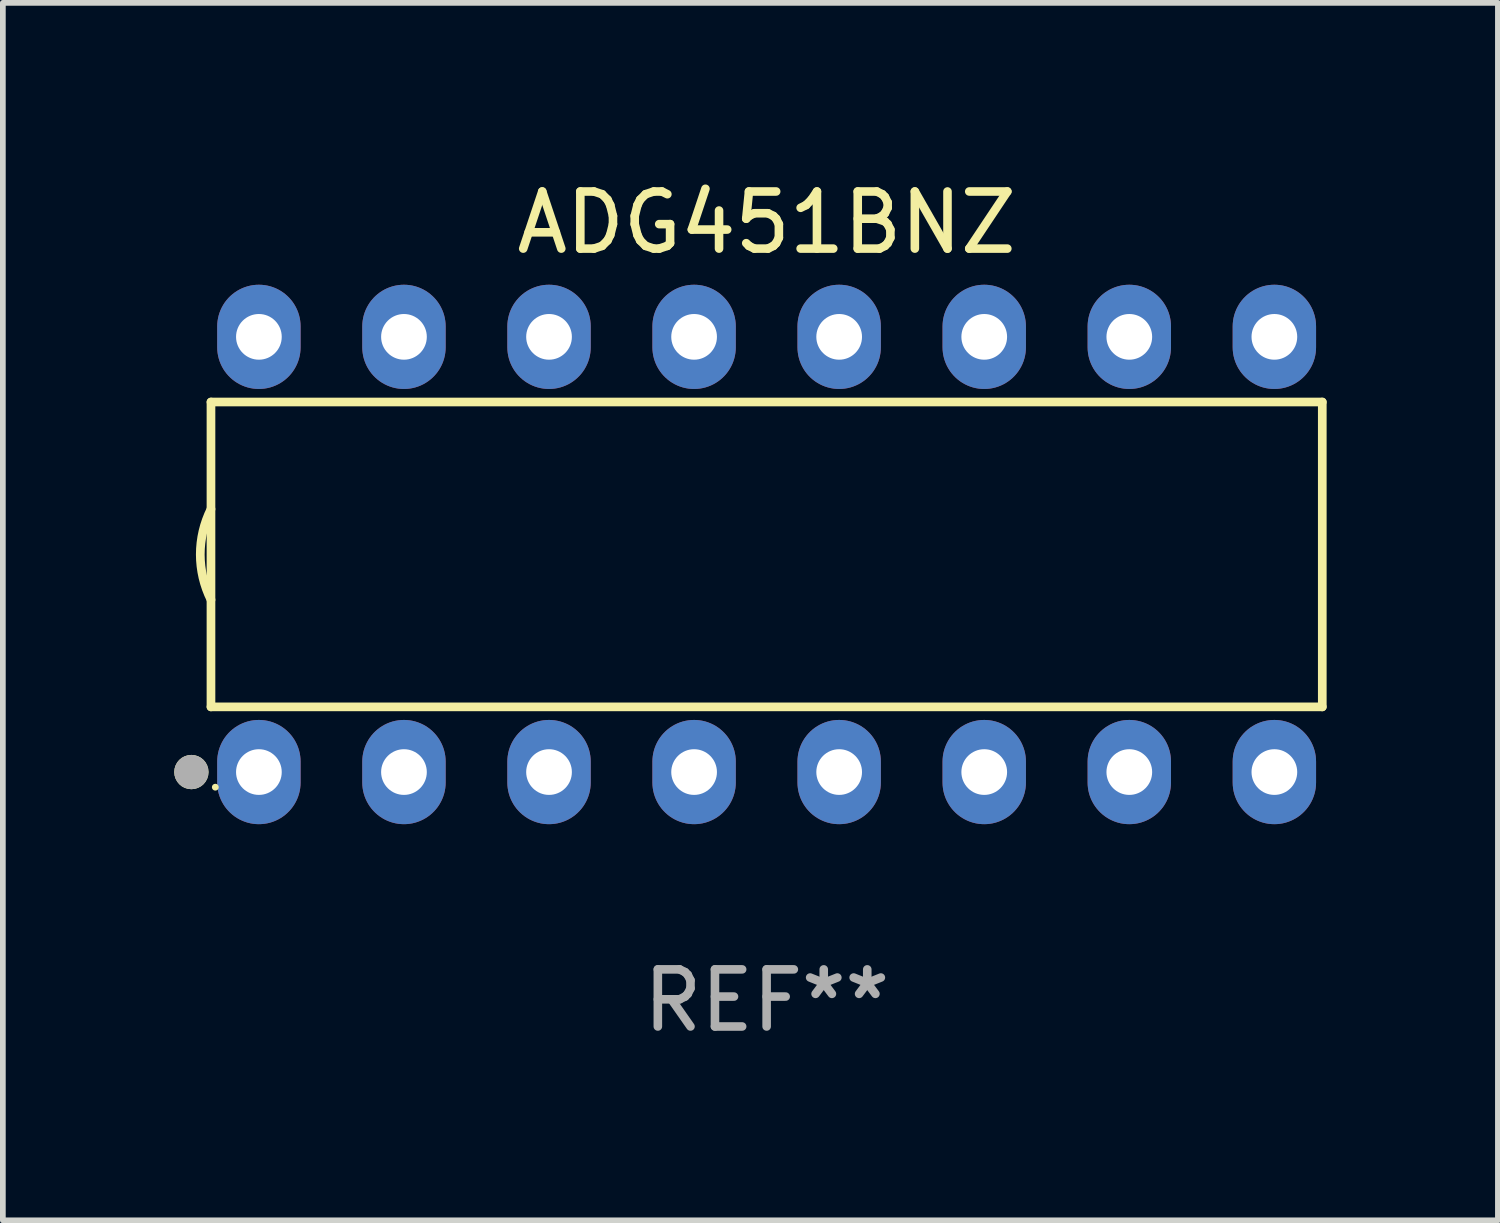
<source format=kicad_pcb>
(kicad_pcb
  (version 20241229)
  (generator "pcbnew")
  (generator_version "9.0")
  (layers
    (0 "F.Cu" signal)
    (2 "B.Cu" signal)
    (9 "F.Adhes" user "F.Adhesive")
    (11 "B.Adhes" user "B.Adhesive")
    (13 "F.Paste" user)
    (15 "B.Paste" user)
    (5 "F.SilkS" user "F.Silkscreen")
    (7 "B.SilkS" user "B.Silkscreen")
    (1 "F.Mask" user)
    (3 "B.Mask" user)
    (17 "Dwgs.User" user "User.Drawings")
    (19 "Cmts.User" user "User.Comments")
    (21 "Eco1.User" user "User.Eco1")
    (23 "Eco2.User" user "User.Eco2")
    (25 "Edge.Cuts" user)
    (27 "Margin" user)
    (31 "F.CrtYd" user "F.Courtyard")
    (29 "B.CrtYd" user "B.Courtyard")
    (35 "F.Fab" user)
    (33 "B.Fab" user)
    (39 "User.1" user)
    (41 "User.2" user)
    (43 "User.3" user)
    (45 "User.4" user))
  (footprint "ADG451BNZ"
    (layer "F.Cu")
    (at 10.373 6.658)
    (property "Reference" "ADG451BNZ" (at 0 -5.81 0) (layer "F.SilkS") (effects (font (size 1 1) (thickness 0.15))))
    (attr through_hole)
    (fp_line (start -9.729 -2.669) (end 9.729 -2.669) (stroke (width 0.152) (type solid)) (layer "F.SilkS"))
    (fp_line (start -9.729 2.669) (end -9.729 -2.669) (stroke (width 0.152) (type solid)) (layer "F.SilkS"))
    (fp_line (start 9.729 -2.669) (end 9.729 2.669) (stroke (width 0.152) (type solid)) (layer "F.SilkS"))
    (fp_line (start 9.729 2.669) (end -9.729 2.669) (stroke (width 0.152) (type solid)) (layer "F.SilkS"))
    (fp_arc (start -9.728727 0.793751) (mid -9.916106 0) (end -9.728727 -0.793752) (stroke (width 0.1524) (type solid)) (layer "F.SilkS"))
    (fp_circle (center -10.072 3.81) (end -9.922 3.81) (stroke (width 0.3) (type solid)) (fill no) (layer "F.SilkS"))
    (fp_circle (center -9.653 4.075) (end -9.623 4.075) (stroke (width 0.06) (type solid)) (fill no) (layer "F.SilkS"))
    (fp_circle (center -10.072 3.81) (end -9.922 3.81) (stroke (width 0.3) (type solid)) (fill no) (layer "F.Fab"))
    (fp_text user "REF**" (at 0 7.81 0) (layer "F.Fab") (effects (font (size 1 1) (thickness 0.15))))
    (pad "1" thru_hole oval (at -8.89 3.81) (size 1.46 1.825) (drill 0.8) (layers "*.Cu" "*.Mask"))
    (pad "2" thru_hole oval (at -6.35 3.81) (size 1.46 1.825) (drill 0.8) (layers "*.Cu" "*.Mask"))
    (pad "3" thru_hole oval (at -3.81 3.81) (size 1.46 1.825) (drill 0.8) (layers "*.Cu" "*.Mask"))
    (pad "4" thru_hole oval (at -1.27 3.81) (size 1.46 1.825) (drill 0.8) (layers "*.Cu" "*.Mask"))
    (pad "5" thru_hole oval (at 1.27 3.81) (size 1.46 1.825) (drill 0.8) (layers "*.Cu" "*.Mask"))
    (pad "6" thru_hole oval (at 3.81 3.81) (size 1.46 1.825) (drill 0.8) (layers "*.Cu" "*.Mask"))
    (pad "7" thru_hole oval (at 6.35 3.81) (size 1.46 1.825) (drill 0.8) (layers "*.Cu" "*.Mask"))
    (pad "8" thru_hole oval (at 8.89 3.81) (size 1.46 1.825) (drill 0.8) (layers "*.Cu" "*.Mask"))
    (pad "9" thru_hole oval (at 8.89 -3.81) (size 1.46 1.825) (drill 0.8) (layers "*.Cu" "*.Mask"))
    (pad "10" thru_hole oval (at 6.35 -3.81) (size 1.46 1.825) (drill 0.8) (layers "*.Cu" "*.Mask"))
    (pad "11" thru_hole oval (at 3.81 -3.81) (size 1.46 1.825) (drill 0.8) (layers "*.Cu" "*.Mask"))
    (pad "12" thru_hole oval (at 1.27 -3.81) (size 1.46 1.825) (drill 0.8) (layers "*.Cu" "*.Mask"))
    (pad "13" thru_hole oval (at -1.27 -3.81) (size 1.46 1.825) (drill 0.8) (layers "*.Cu" "*.Mask"))
    (pad "14" thru_hole oval (at -3.81 -3.81) (size 1.46 1.825) (drill 0.8) (layers "*.Cu" "*.Mask"))
    (pad "15" thru_hole oval (at -6.35 -3.81) (size 1.46 1.825) (drill 0.8) (layers "*.Cu" "*.Mask"))
    (pad "16" thru_hole oval (at -8.89 -3.81) (size 1.46 1.825) (drill 0.8) (layers "*.Cu" "*.Mask")))
  (gr_rect
    (start -3 -3)
    (end 23.177 18.317)
    (stroke (width 0.1) (type default))
    (fill no)
    (layer "Edge.Cuts")))
</source>
